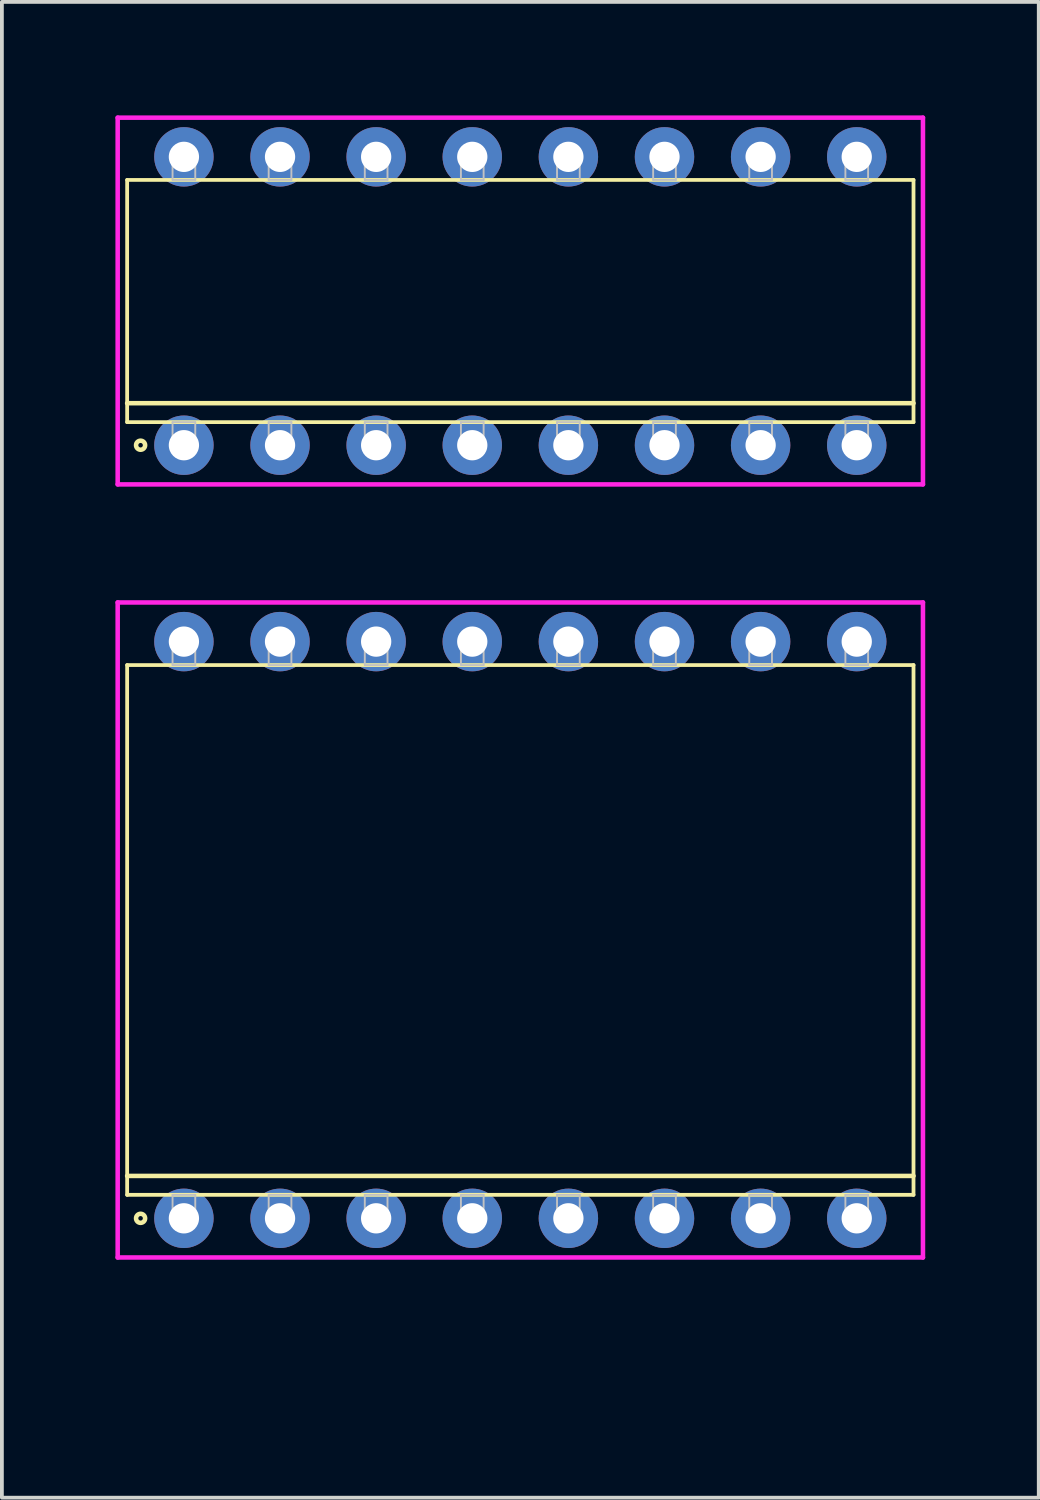
<source format=kicad_pcb>
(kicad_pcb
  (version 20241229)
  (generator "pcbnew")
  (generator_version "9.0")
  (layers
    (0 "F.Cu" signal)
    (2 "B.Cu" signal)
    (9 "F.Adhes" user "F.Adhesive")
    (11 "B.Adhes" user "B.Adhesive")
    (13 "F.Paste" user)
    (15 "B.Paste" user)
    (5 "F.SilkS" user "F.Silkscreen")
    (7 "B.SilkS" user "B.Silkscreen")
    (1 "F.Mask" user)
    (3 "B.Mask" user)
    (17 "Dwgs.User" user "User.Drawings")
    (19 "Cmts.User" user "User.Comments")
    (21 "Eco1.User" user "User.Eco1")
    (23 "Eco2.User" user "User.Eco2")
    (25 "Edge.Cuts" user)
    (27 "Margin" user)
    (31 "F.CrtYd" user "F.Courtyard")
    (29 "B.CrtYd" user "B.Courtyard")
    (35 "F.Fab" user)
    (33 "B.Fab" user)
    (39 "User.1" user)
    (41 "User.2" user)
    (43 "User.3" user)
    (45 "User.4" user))
  (footprint "DIP254P2078x640-16"
    (layer "F.Cu")
    (at 10.7 4.905)
    (property "Reference" "DIP254P2078x640-16" (at 0 1.1 0) (layer "User.1") (effects (font (size 1 1) (thickness 0.1))))
    (attr through_hole)
    (fp_line (start -10.39 -3.2) (end -10.39 3.2) (stroke (width 0.1) (type solid)) (layer "F.SilkS"))
    (fp_line (start -10.39 2.7) (end 10.39 2.7) (stroke (width 0.12) (type solid)) (layer "F.SilkS"))
    (fp_line (start -10.39 3.2) (end 10.39 3.2) (stroke (width 0.1) (type solid)) (layer "F.SilkS"))
    (fp_line (start 10.39 -3.2) (end -10.39 -3.2) (stroke (width 0.1) (type solid)) (layer "F.SilkS"))
    (fp_line (start 10.39 3.2) (end 10.39 -3.2) (stroke (width 0.1) (type solid)) (layer "F.SilkS"))
    (fp_circle (center -10.035 3.81) (end -9.915 3.81) (stroke (width 0.12) (type solid)) (fill no) (layer "F.SilkS"))
    (fp_line (start -9.19 -3.81) (end -9.19 -3.2) (stroke (width 0.05) (type solid)) (layer "Dwgs.User"))
    (fp_line (start -9.19 -3.2) (end -8.59 -3.2) (stroke (width 0.05) (type solid)) (layer "Dwgs.User"))
    (fp_line (start -9.19 3.2) (end -8.59 3.2) (stroke (width 0.05) (type solid)) (layer "Dwgs.User"))
    (fp_line (start -9.19 3.81) (end -9.19 3.2) (stroke (width 0.05) (type solid)) (layer "Dwgs.User"))
    (fp_line (start -8.59 -3.81) (end -9.19 -3.81) (stroke (width 0.05) (type solid)) (layer "Dwgs.User"))
    (fp_line (start -8.59 -3.2) (end -8.59 -3.81) (stroke (width 0.05) (type solid)) (layer "Dwgs.User"))
    (fp_line (start -8.59 3.2) (end -8.59 3.81) (stroke (width 0.05) (type solid)) (layer "Dwgs.User"))
    (fp_line (start -8.59 3.81) (end -9.19 3.81) (stroke (width 0.05) (type solid)) (layer "Dwgs.User"))
    (fp_line (start -6.65 -3.81) (end -6.65 -3.2) (stroke (width 0.05) (type solid)) (layer "Dwgs.User"))
    (fp_line (start -6.65 -3.2) (end -6.05 -3.2) (stroke (width 0.05) (type solid)) (layer "Dwgs.User"))
    (fp_line (start -6.65 3.2) (end -6.05 3.2) (stroke (width 0.05) (type solid)) (layer "Dwgs.User"))
    (fp_line (start -6.65 3.81) (end -6.65 3.2) (stroke (width 0.05) (type solid)) (layer "Dwgs.User"))
    (fp_line (start -6.05 -3.81) (end -6.65 -3.81) (stroke (width 0.05) (type solid)) (layer "Dwgs.User"))
    (fp_line (start -6.05 -3.2) (end -6.05 -3.81) (stroke (width 0.05) (type solid)) (layer "Dwgs.User"))
    (fp_line (start -6.05 3.2) (end -6.05 3.81) (stroke (width 0.05) (type solid)) (layer "Dwgs.User"))
    (fp_line (start -6.05 3.81) (end -6.65 3.81) (stroke (width 0.05) (type solid)) (layer "Dwgs.User"))
    (fp_line (start -4.11 -3.81) (end -4.11 -3.2) (stroke (width 0.05) (type solid)) (layer "Dwgs.User"))
    (fp_line (start -4.11 -3.2) (end -3.51 -3.2) (stroke (width 0.05) (type solid)) (layer "Dwgs.User"))
    (fp_line (start -4.11 3.2) (end -3.51 3.2) (stroke (width 0.05) (type solid)) (layer "Dwgs.User"))
    (fp_line (start -4.11 3.81) (end -4.11 3.2) (stroke (width 0.05) (type solid)) (layer "Dwgs.User"))
    (fp_line (start -3.51 -3.81) (end -4.11 -3.81) (stroke (width 0.05) (type solid)) (layer "Dwgs.User"))
    (fp_line (start -3.51 -3.2) (end -3.51 -3.81) (stroke (width 0.05) (type solid)) (layer "Dwgs.User"))
    (fp_line (start -3.51 3.2) (end -3.51 3.81) (stroke (width 0.05) (type solid)) (layer "Dwgs.User"))
    (fp_line (start -3.51 3.81) (end -4.11 3.81) (stroke (width 0.05) (type solid)) (layer "Dwgs.User"))
    (fp_line (start -1.57 -3.81) (end -1.57 -3.2) (stroke (width 0.05) (type solid)) (layer "Dwgs.User"))
    (fp_line (start -1.57 -3.2) (end -0.97 -3.2) (stroke (width 0.05) (type solid)) (layer "Dwgs.User"))
    (fp_line (start -1.57 3.2) (end -0.97 3.2) (stroke (width 0.05) (type solid)) (layer "Dwgs.User"))
    (fp_line (start -1.57 3.81) (end -1.57 3.2) (stroke (width 0.05) (type solid)) (layer "Dwgs.User"))
    (fp_line (start -0.97 -3.81) (end -1.57 -3.81) (stroke (width 0.05) (type solid)) (layer "Dwgs.User"))
    (fp_line (start -0.97 -3.2) (end -0.97 -3.81) (stroke (width 0.05) (type solid)) (layer "Dwgs.User"))
    (fp_line (start -0.97 3.2) (end -0.97 3.81) (stroke (width 0.05) (type solid)) (layer "Dwgs.User"))
    (fp_line (start -0.97 3.81) (end -1.57 3.81) (stroke (width 0.05) (type solid)) (layer "Dwgs.User"))
    (fp_line (start 0.97 -3.81) (end 0.97 -3.2) (stroke (width 0.05) (type solid)) (layer "Dwgs.User"))
    (fp_line (start 0.97 -3.2) (end 1.57 -3.2) (stroke (width 0.05) (type solid)) (layer "Dwgs.User"))
    (fp_line (start 0.97 3.2) (end 1.57 3.2) (stroke (width 0.05) (type solid)) (layer "Dwgs.User"))
    (fp_line (start 0.97 3.81) (end 0.97 3.2) (stroke (width 0.05) (type solid)) (layer "Dwgs.User"))
    (fp_line (start 1.57 -3.81) (end 0.97 -3.81) (stroke (width 0.05) (type solid)) (layer "Dwgs.User"))
    (fp_line (start 1.57 -3.2) (end 1.57 -3.81) (stroke (width 0.05) (type solid)) (layer "Dwgs.User"))
    (fp_line (start 1.57 3.2) (end 1.57 3.81) (stroke (width 0.05) (type solid)) (layer "Dwgs.User"))
    (fp_line (start 1.57 3.81) (end 0.97 3.81) (stroke (width 0.05) (type solid)) (layer "Dwgs.User"))
    (fp_line (start 3.51 -3.81) (end 3.51 -3.2) (stroke (width 0.05) (type solid)) (layer "Dwgs.User"))
    (fp_line (start 3.51 -3.2) (end 4.11 -3.2) (stroke (width 0.05) (type solid)) (layer "Dwgs.User"))
    (fp_line (start 3.51 3.2) (end 4.11 3.2) (stroke (width 0.05) (type solid)) (layer "Dwgs.User"))
    (fp_line (start 3.51 3.81) (end 3.51 3.2) (stroke (width 0.05) (type solid)) (layer "Dwgs.User"))
    (fp_line (start 4.11 -3.81) (end 3.51 -3.81) (stroke (width 0.05) (type solid)) (layer "Dwgs.User"))
    (fp_line (start 4.11 -3.2) (end 4.11 -3.81) (stroke (width 0.05) (type solid)) (layer "Dwgs.User"))
    (fp_line (start 4.11 3.2) (end 4.11 3.81) (stroke (width 0.05) (type solid)) (layer "Dwgs.User"))
    (fp_line (start 4.11 3.81) (end 3.51 3.81) (stroke (width 0.05) (type solid)) (layer "Dwgs.User"))
    (fp_line (start 6.05 -3.81) (end 6.05 -3.2) (stroke (width 0.05) (type solid)) (layer "Dwgs.User"))
    (fp_line (start 6.05 -3.2) (end 6.65 -3.2) (stroke (width 0.05) (type solid)) (layer "Dwgs.User"))
    (fp_line (start 6.05 3.2) (end 6.65 3.2) (stroke (width 0.05) (type solid)) (layer "Dwgs.User"))
    (fp_line (start 6.05 3.81) (end 6.05 3.2) (stroke (width 0.05) (type solid)) (layer "Dwgs.User"))
    (fp_line (start 6.65 -3.81) (end 6.05 -3.81) (stroke (width 0.05) (type solid)) (layer "Dwgs.User"))
    (fp_line (start 6.65 -3.2) (end 6.65 -3.81) (stroke (width 0.05) (type solid)) (layer "Dwgs.User"))
    (fp_line (start 6.65 3.2) (end 6.65 3.81) (stroke (width 0.05) (type solid)) (layer "Dwgs.User"))
    (fp_line (start 6.65 3.81) (end 6.05 3.81) (stroke (width 0.05) (type solid)) (layer "Dwgs.User"))
    (fp_line (start 8.59 -3.81) (end 8.59 -3.2) (stroke (width 0.05) (type solid)) (layer "Dwgs.User"))
    (fp_line (start 8.59 -3.2) (end 9.19 -3.2) (stroke (width 0.05) (type solid)) (layer "Dwgs.User"))
    (fp_line (start 8.59 3.2) (end 9.19 3.2) (stroke (width 0.05) (type solid)) (layer "Dwgs.User"))
    (fp_line (start 8.59 3.81) (end 8.59 3.2) (stroke (width 0.05) (type solid)) (layer "Dwgs.User"))
    (fp_line (start 9.19 -3.81) (end 8.59 -3.81) (stroke (width 0.05) (type solid)) (layer "Dwgs.User"))
    (fp_line (start 9.19 -3.2) (end 9.19 -3.81) (stroke (width 0.05) (type solid)) (layer "Dwgs.User"))
    (fp_line (start 9.19 3.2) (end 9.19 3.81) (stroke (width 0.05) (type solid)) (layer "Dwgs.User"))
    (fp_line (start 9.19 3.81) (end 8.59 3.81) (stroke (width 0.05) (type solid)) (layer "Dwgs.User"))
    (fp_line (start -10.64 -4.845) (end -10.64 4.845) (stroke (width 0.12) (type solid)) (layer "F.CrtYd"))
    (fp_line (start -10.64 4.845) (end 10.64 4.845) (stroke (width 0.12) (type solid)) (layer "F.CrtYd"))
    (fp_line (start 10.64 -4.845) (end -10.64 -4.845) (stroke (width 0.12) (type solid)) (layer "F.CrtYd"))
    (fp_line (start 10.64 4.845) (end 10.64 -4.845) (stroke (width 0.12) (type solid)) (layer "F.CrtYd"))
    (pad "1" thru_hole oval (at -8.89 -3.81) (size 1.57 1.57) (drill 0.8) (layers "*.Cu" "*.Mask"))
    (pad "1" thru_hole oval (at -8.89 3.81) (size 1.57 1.57) (drill 0.8) (layers "*.Cu" "*.Mask"))
    (pad "1" thru_hole oval (at -6.35 -3.81) (size 1.57 1.57) (drill 0.8) (layers "*.Cu" "*.Mask"))
    (pad "1" thru_hole oval (at -3.81 -3.81) (size 1.57 1.57) (drill 0.8) (layers "*.Cu" "*.Mask"))
    (pad "1" thru_hole oval (at -1.27 -3.81) (size 1.57 1.57) (drill 0.8) (layers "*.Cu" "*.Mask"))
    (pad "1" thru_hole oval (at 1.27 -3.81) (size 1.57 1.57) (drill 0.8) (layers "*.Cu" "*.Mask"))
    (pad "1" thru_hole oval (at 3.81 -3.81) (size 1.57 1.57) (drill 0.8) (layers "*.Cu" "*.Mask"))
    (pad "1" thru_hole oval (at 6.35 -3.81) (size 1.57 1.57) (drill 0.8) (layers "*.Cu" "*.Mask"))
    (pad "1" thru_hole oval (at 8.89 -3.81) (size 1.57 1.57) (drill 0.8) (layers "*.Cu" "*.Mask"))
    (pad "2" thru_hole oval (at -6.35 3.81) (size 1.57 1.57) (drill 0.8) (layers "*.Cu" "*.Mask"))
    (pad "3" thru_hole oval (at -3.81 3.81) (size 1.57 1.57) (drill 0.8) (layers "*.Cu" "*.Mask"))
    (pad "4" thru_hole oval (at -1.27 3.81) (size 1.57 1.57) (drill 0.8) (layers "*.Cu" "*.Mask"))
    (pad "5" thru_hole oval (at 1.27 3.81) (size 1.57 1.57) (drill 0.8) (layers "*.Cu" "*.Mask"))
    (pad "6" thru_hole oval (at 3.81 3.81) (size 1.57 1.57) (drill 0.8) (layers "*.Cu" "*.Mask"))
    (pad "7" thru_hole oval (at 6.35 3.81) (size 1.57 1.57) (drill 0.8) (layers "*.Cu" "*.Mask"))
    (pad "8" thru_hole oval (at 8.89 3.81) (size 1.57 1.57) (drill 0.8) (layers "*.Cu" "*.Mask")))
  (footprint "DIP254P2078x1400-16"
    (layer "F.Cu")
    (at 10.7 21.525)
    (property "Reference" "DIP254P2078x1400-16" (at 0 3 90) (layer "User.1") (effects (font (size 1 1) (thickness 0.1))))
    (attr through_hole)
    (fp_line (start -10.39 -7) (end -10.39 7) (stroke (width 0.1) (type solid)) (layer "F.SilkS"))
    (fp_line (start -10.39 6.5) (end 10.39 6.5) (stroke (width 0.12) (type solid)) (layer "F.SilkS"))
    (fp_line (start -10.39 7) (end 10.39 7) (stroke (width 0.1) (type solid)) (layer "F.SilkS"))
    (fp_line (start 10.39 -7) (end -10.39 -7) (stroke (width 0.1) (type solid)) (layer "F.SilkS"))
    (fp_line (start 10.39 7) (end 10.39 -7) (stroke (width 0.1) (type solid)) (layer "F.SilkS"))
    (fp_circle (center -10.035 7.62) (end -9.915 7.62) (stroke (width 0.12) (type solid)) (fill no) (layer "F.SilkS"))
    (fp_line (start -9.19 -7.62) (end -9.19 -7) (stroke (width 0.05) (type solid)) (layer "Dwgs.User"))
    (fp_line (start -9.19 -7) (end -8.59 -7) (stroke (width 0.05) (type solid)) (layer "Dwgs.User"))
    (fp_line (start -9.19 7) (end -8.59 7) (stroke (width 0.05) (type solid)) (layer "Dwgs.User"))
    (fp_line (start -9.19 7.62) (end -9.19 7) (stroke (width 0.05) (type solid)) (layer "Dwgs.User"))
    (fp_line (start -8.59 -7.62) (end -9.19 -7.62) (stroke (width 0.05) (type solid)) (layer "Dwgs.User"))
    (fp_line (start -8.59 -7) (end -8.59 -7.62) (stroke (width 0.05) (type solid)) (layer "Dwgs.User"))
    (fp_line (start -8.59 7) (end -8.59 7.62) (stroke (width 0.05) (type solid)) (layer "Dwgs.User"))
    (fp_line (start -8.59 7.62) (end -9.19 7.62) (stroke (width 0.05) (type solid)) (layer "Dwgs.User"))
    (fp_line (start -6.65 -7.62) (end -6.65 -7) (stroke (width 0.05) (type solid)) (layer "Dwgs.User"))
    (fp_line (start -6.65 -7) (end -6.05 -7) (stroke (width 0.05) (type solid)) (layer "Dwgs.User"))
    (fp_line (start -6.65 7) (end -6.05 7) (stroke (width 0.05) (type solid)) (layer "Dwgs.User"))
    (fp_line (start -6.65 7.62) (end -6.65 7) (stroke (width 0.05) (type solid)) (layer "Dwgs.User"))
    (fp_line (start -6.05 -7.62) (end -6.65 -7.62) (stroke (width 0.05) (type solid)) (layer "Dwgs.User"))
    (fp_line (start -6.05 -7) (end -6.05 -7.62) (stroke (width 0.05) (type solid)) (layer "Dwgs.User"))
    (fp_line (start -6.05 7) (end -6.05 7.62) (stroke (width 0.05) (type solid)) (layer "Dwgs.User"))
    (fp_line (start -6.05 7.62) (end -6.65 7.62) (stroke (width 0.05) (type solid)) (layer "Dwgs.User"))
    (fp_line (start -4.11 -7.62) (end -4.11 -7) (stroke (width 0.05) (type solid)) (layer "Dwgs.User"))
    (fp_line (start -4.11 -7) (end -3.51 -7) (stroke (width 0.05) (type solid)) (layer "Dwgs.User"))
    (fp_line (start -4.11 7) (end -3.51 7) (stroke (width 0.05) (type solid)) (layer "Dwgs.User"))
    (fp_line (start -4.11 7.62) (end -4.11 7) (stroke (width 0.05) (type solid)) (layer "Dwgs.User"))
    (fp_line (start -3.51 -7.62) (end -4.11 -7.62) (stroke (width 0.05) (type solid)) (layer "Dwgs.User"))
    (fp_line (start -3.51 -7) (end -3.51 -7.62) (stroke (width 0.05) (type solid)) (layer "Dwgs.User"))
    (fp_line (start -3.51 7) (end -3.51 7.62) (stroke (width 0.05) (type solid)) (layer "Dwgs.User"))
    (fp_line (start -3.51 7.62) (end -4.11 7.62) (stroke (width 0.05) (type solid)) (layer "Dwgs.User"))
    (fp_line (start -1.57 -7.62) (end -1.57 -7) (stroke (width 0.05) (type solid)) (layer "Dwgs.User"))
    (fp_line (start -1.57 -7) (end -0.97 -7) (stroke (width 0.05) (type solid)) (layer "Dwgs.User"))
    (fp_line (start -1.57 7) (end -0.97 7) (stroke (width 0.05) (type solid)) (layer "Dwgs.User"))
    (fp_line (start -1.57 7.62) (end -1.57 7) (stroke (width 0.05) (type solid)) (layer "Dwgs.User"))
    (fp_line (start -0.97 -7.62) (end -1.57 -7.62) (stroke (width 0.05) (type solid)) (layer "Dwgs.User"))
    (fp_line (start -0.97 -7) (end -0.97 -7.62) (stroke (width 0.05) (type solid)) (layer "Dwgs.User"))
    (fp_line (start -0.97 7) (end -0.97 7.62) (stroke (width 0.05) (type solid)) (layer "Dwgs.User"))
    (fp_line (start -0.97 7.62) (end -1.57 7.62) (stroke (width 0.05) (type solid)) (layer "Dwgs.User"))
    (fp_line (start 0.97 -7.62) (end 0.97 -7) (stroke (width 0.05) (type solid)) (layer "Dwgs.User"))
    (fp_line (start 0.97 -7) (end 1.57 -7) (stroke (width 0.05) (type solid)) (layer "Dwgs.User"))
    (fp_line (start 0.97 7) (end 1.57 7) (stroke (width 0.05) (type solid)) (layer "Dwgs.User"))
    (fp_line (start 0.97 7.62) (end 0.97 7) (stroke (width 0.05) (type solid)) (layer "Dwgs.User"))
    (fp_line (start 1.57 -7.62) (end 0.97 -7.62) (stroke (width 0.05) (type solid)) (layer "Dwgs.User"))
    (fp_line (start 1.57 -7) (end 1.57 -7.62) (stroke (width 0.05) (type solid)) (layer "Dwgs.User"))
    (fp_line (start 1.57 7) (end 1.57 7.62) (stroke (width 0.05) (type solid)) (layer "Dwgs.User"))
    (fp_line (start 1.57 7.62) (end 0.97 7.62) (stroke (width 0.05) (type solid)) (layer "Dwgs.User"))
    (fp_line (start 3.51 -7.62) (end 3.51 -7) (stroke (width 0.05) (type solid)) (layer "Dwgs.User"))
    (fp_line (start 3.51 -7) (end 4.11 -7) (stroke (width 0.05) (type solid)) (layer "Dwgs.User"))
    (fp_line (start 3.51 7) (end 4.11 7) (stroke (width 0.05) (type solid)) (layer "Dwgs.User"))
    (fp_line (start 3.51 7.62) (end 3.51 7) (stroke (width 0.05) (type solid)) (layer "Dwgs.User"))
    (fp_line (start 4.11 -7.62) (end 3.51 -7.62) (stroke (width 0.05) (type solid)) (layer "Dwgs.User"))
    (fp_line (start 4.11 -7) (end 4.11 -7.62) (stroke (width 0.05) (type solid)) (layer "Dwgs.User"))
    (fp_line (start 4.11 7) (end 4.11 7.62) (stroke (width 0.05) (type solid)) (layer "Dwgs.User"))
    (fp_line (start 4.11 7.62) (end 3.51 7.62) (stroke (width 0.05) (type solid)) (layer "Dwgs.User"))
    (fp_line (start 6.05 -7.62) (end 6.05 -7) (stroke (width 0.05) (type solid)) (layer "Dwgs.User"))
    (fp_line (start 6.05 -7) (end 6.65 -7) (stroke (width 0.05) (type solid)) (layer "Dwgs.User"))
    (fp_line (start 6.05 7) (end 6.65 7) (stroke (width 0.05) (type solid)) (layer "Dwgs.User"))
    (fp_line (start 6.05 7.62) (end 6.05 7) (stroke (width 0.05) (type solid)) (layer "Dwgs.User"))
    (fp_line (start 6.65 -7.62) (end 6.05 -7.62) (stroke (width 0.05) (type solid)) (layer "Dwgs.User"))
    (fp_line (start 6.65 -7) (end 6.65 -7.62) (stroke (width 0.05) (type solid)) (layer "Dwgs.User"))
    (fp_line (start 6.65 7) (end 6.65 7.62) (stroke (width 0.05) (type solid)) (layer "Dwgs.User"))
    (fp_line (start 6.65 7.62) (end 6.05 7.62) (stroke (width 0.05) (type solid)) (layer "Dwgs.User"))
    (fp_line (start 8.59 -7.62) (end 8.59 -7) (stroke (width 0.05) (type solid)) (layer "Dwgs.User"))
    (fp_line (start 8.59 -7) (end 9.19 -7) (stroke (width 0.05) (type solid)) (layer "Dwgs.User"))
    (fp_line (start 8.59 7) (end 9.19 7) (stroke (width 0.05) (type solid)) (layer "Dwgs.User"))
    (fp_line (start 8.59 7.62) (end 8.59 7) (stroke (width 0.05) (type solid)) (layer "Dwgs.User"))
    (fp_line (start 9.19 -7.62) (end 8.59 -7.62) (stroke (width 0.05) (type solid)) (layer "Dwgs.User"))
    (fp_line (start 9.19 -7) (end 9.19 -7.62) (stroke (width 0.05) (type solid)) (layer "Dwgs.User"))
    (fp_line (start 9.19 7) (end 9.19 7.62) (stroke (width 0.05) (type solid)) (layer "Dwgs.User"))
    (fp_line (start 9.19 7.62) (end 8.59 7.62) (stroke (width 0.05) (type solid)) (layer "Dwgs.User"))
    (fp_line (start -10.64 -8.655) (end -10.64 8.655) (stroke (width 0.12) (type solid)) (layer "F.CrtYd"))
    (fp_line (start -10.64 8.655) (end 10.64 8.655) (stroke (width 0.12) (type solid)) (layer "F.CrtYd"))
    (fp_line (start 10.64 -8.655) (end -10.64 -8.655) (stroke (width 0.12) (type solid)) (layer "F.CrtYd"))
    (fp_line (start 10.64 8.655) (end 10.64 -8.655) (stroke (width 0.12) (type solid)) (layer "F.CrtYd"))
    (pad "1" thru_hole oval (at -8.89 -7.62) (size 1.57 1.57) (drill 0.8) (layers "*.Cu" "*.Mask"))
    (pad "1" thru_hole oval (at -8.89 7.62) (size 1.57 1.57) (drill 0.8) (layers "*.Cu" "*.Mask"))
    (pad "1" thru_hole oval (at -6.35 -7.62) (size 1.57 1.57) (drill 0.8) (layers "*.Cu" "*.Mask"))
    (pad "1" thru_hole oval (at -3.81 -7.62) (size 1.57 1.57) (drill 0.8) (layers "*.Cu" "*.Mask"))
    (pad "1" thru_hole oval (at -1.27 -7.62) (size 1.57 1.57) (drill 0.8) (layers "*.Cu" "*.Mask"))
    (pad "1" thru_hole oval (at 1.27 -7.62) (size 1.57 1.57) (drill 0.8) (layers "*.Cu" "*.Mask"))
    (pad "1" thru_hole oval (at 3.81 -7.62) (size 1.57 1.57) (drill 0.8) (layers "*.Cu" "*.Mask"))
    (pad "1" thru_hole oval (at 6.35 -7.62) (size 1.57 1.57) (drill 0.8) (layers "*.Cu" "*.Mask"))
    (pad "1" thru_hole oval (at 8.89 -7.62) (size 1.57 1.57) (drill 0.8) (layers "*.Cu" "*.Mask"))
    (pad "2" thru_hole oval (at -6.35 7.62) (size 1.57 1.57) (drill 0.8) (layers "*.Cu" "*.Mask"))
    (pad "3" thru_hole oval (at -3.81 7.62) (size 1.57 1.57) (drill 0.8) (layers "*.Cu" "*.Mask"))
    (pad "4" thru_hole oval (at -1.27 7.62) (size 1.57 1.57) (drill 0.8) (layers "*.Cu" "*.Mask"))
    (pad "5" thru_hole oval (at 1.27 7.62) (size 1.57 1.57) (drill 0.8) (layers "*.Cu" "*.Mask"))
    (pad "6" thru_hole oval (at 3.81 7.62) (size 1.57 1.57) (drill 0.8) (layers "*.Cu" "*.Mask"))
    (pad "7" thru_hole oval (at 6.35 7.62) (size 1.57 1.57) (drill 0.8) (layers "*.Cu" "*.Mask"))
    (pad "8" thru_hole oval (at 8.89 7.62) (size 1.57 1.57) (drill 0.8) (layers "*.Cu" "*.Mask")))
  (gr_rect
    (start -3 -3)
    (end 24.4 36.527)
    (stroke (width 0.1) (type default))
    (fill no)
    (layer "Edge.Cuts")))
</source>
